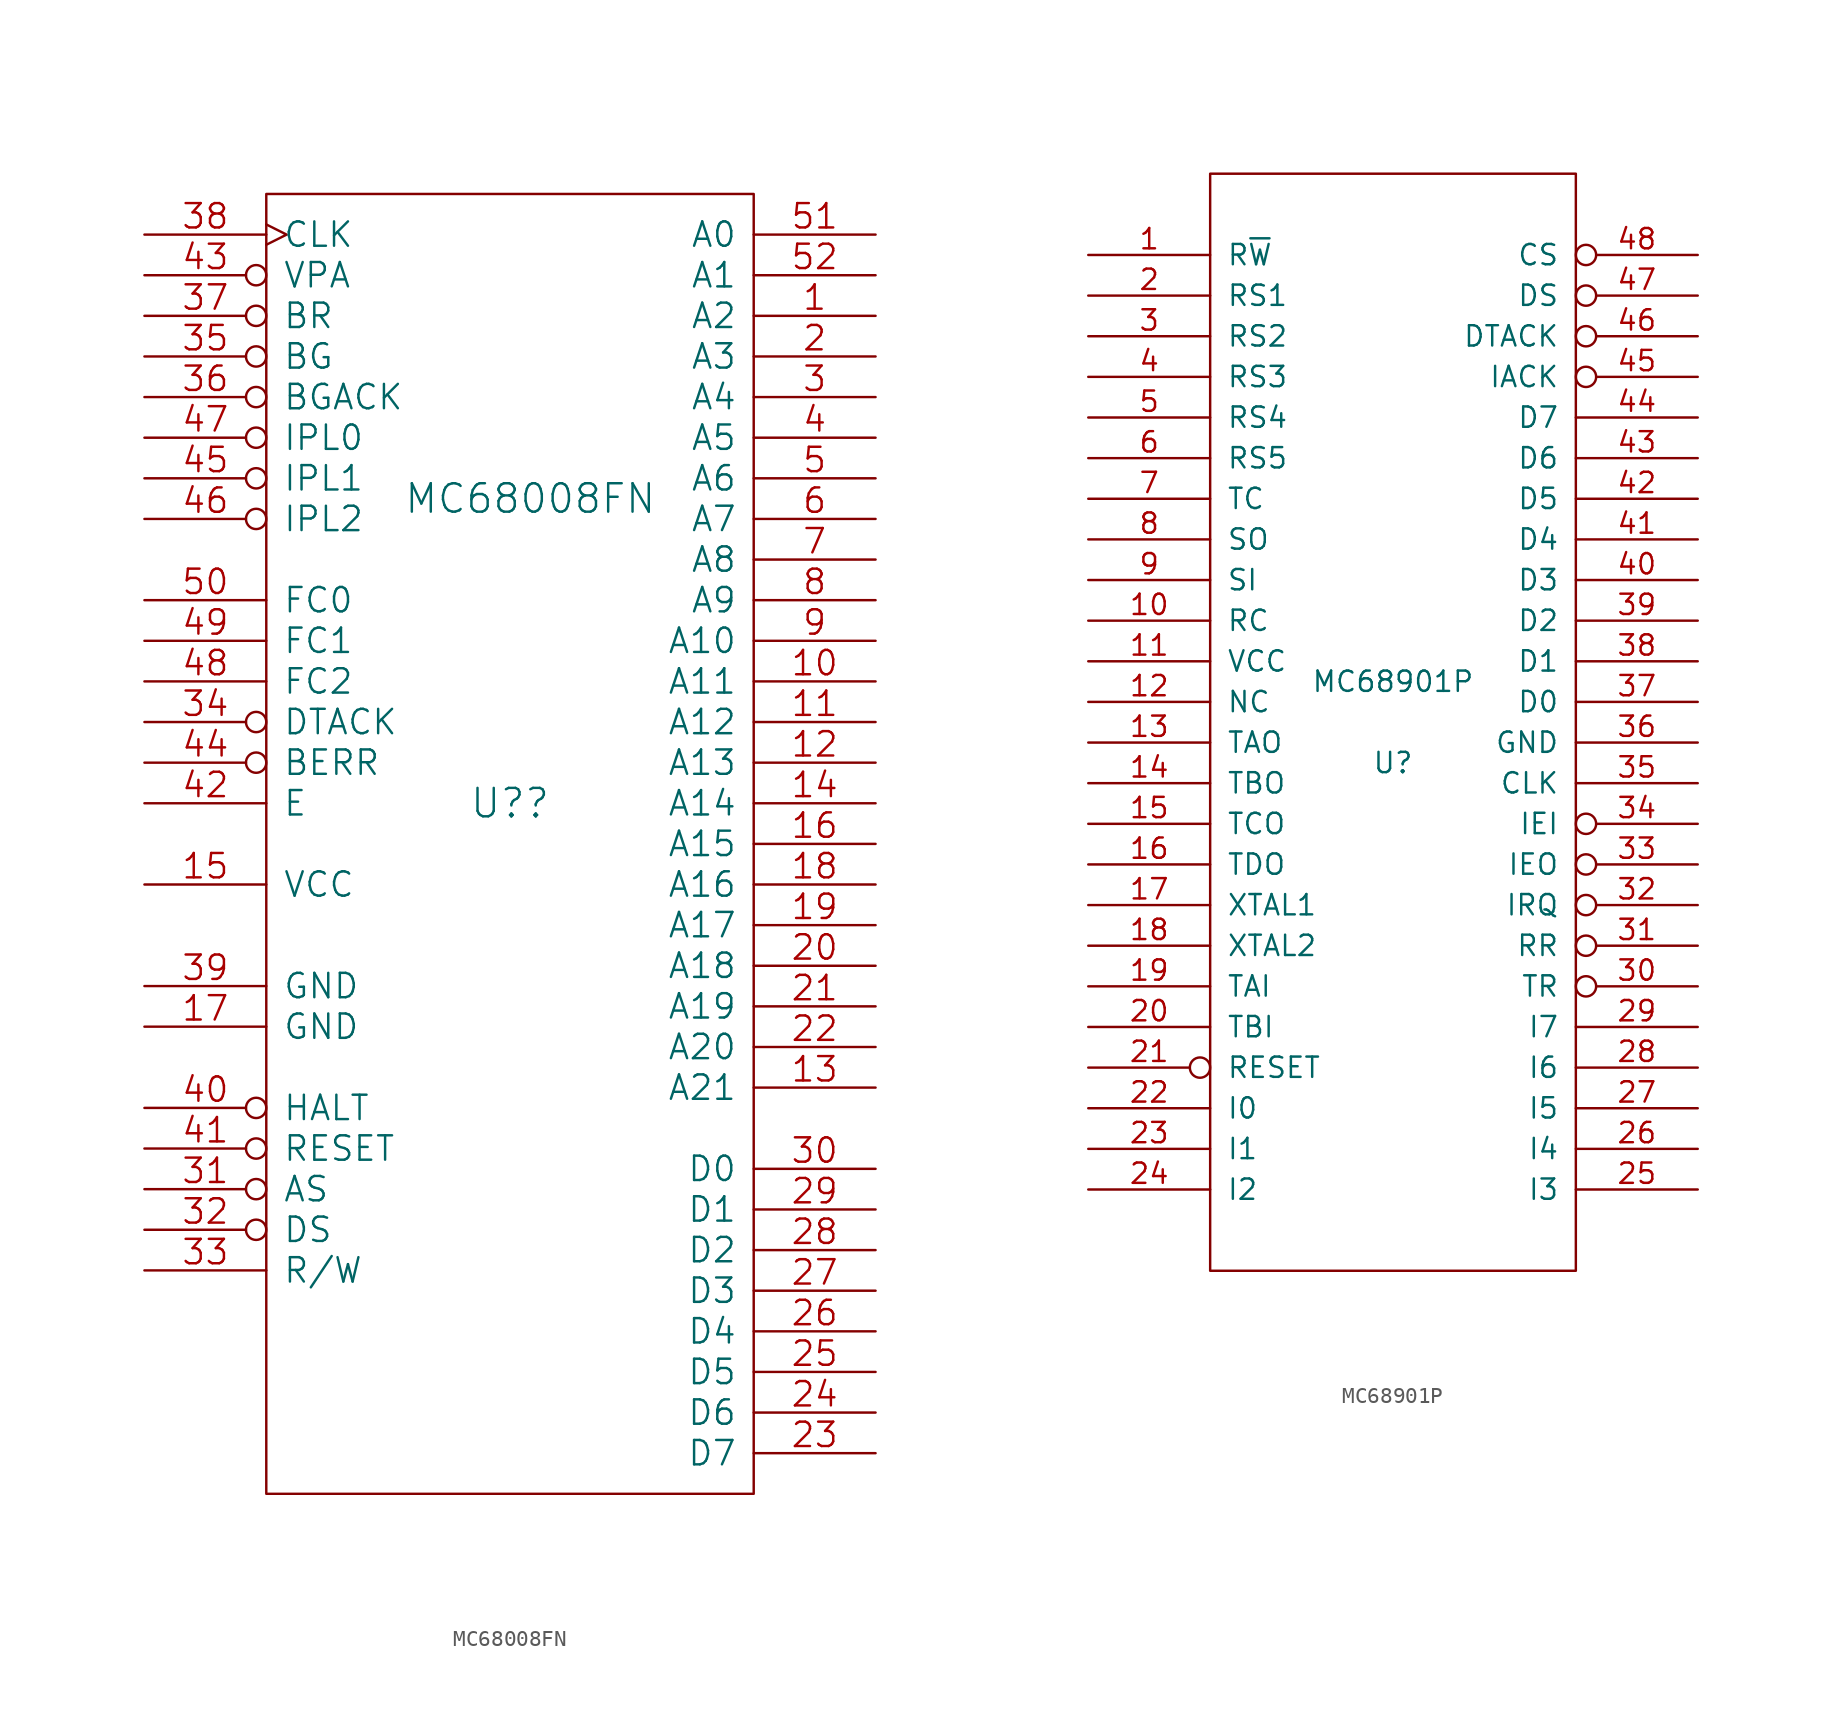
<source format=kicad_sym>
(kicad_symbol_lib
  (version 20220914)
  (generator kicad_symbol_editor)
  (symbol "MC68008FN"
    (pin_names
      (offset 1.016))
    (property "Reference" "U?"
      (at 0 2.54 0)
      (effects (font (size 1.778 1.778))))
    (property "Value" "MC68008FN"
      (at 1.27 21.59 0)
      (effects (font (size 1.778 1.778))))
    (symbol "MC68008FN_0_1"
      (rectangle (start -15.24 -40.64) (end 15.24 40.64) (stroke (width 0) (type solid)) (fill (type none))))
    (symbol "MC68008FN_1_1"
      (pin tri_state line (at 22.86 33.02 180) (length 7.62) (name "A2" (effects (font (size 1.524 1.524)))) (number "1" (effects (font (size 1.524 1.524)))))
      (pin tri_state line (at 22.86 10.16 180) (length 7.62) (name "A11" (effects (font (size 1.524 1.524)))) (number "10" (effects (font (size 1.524 1.524)))))
      (pin tri_state line (at 22.86 7.62 180) (length 7.62) (name "A12" (effects (font (size 1.524 1.524)))) (number "11" (effects (font (size 1.524 1.524)))))
      (pin tri_state line (at 22.86 5.08 180) (length 7.62) (name "A13" (effects (font (size 1.524 1.524)))) (number "12" (effects (font (size 1.524 1.524)))))
      (pin tri_state line (at 22.86 -15.24 180) (length 7.62) (name "A21" (effects (font (size 1.524 1.524)))) (number "13" (effects (font (size 1.524 1.524)))))
      (pin tri_state line (at 22.86 2.54 180) (length 7.62) (name "A14" (effects (font (size 1.524 1.524)))) (number "14" (effects (font (size 1.524 1.524)))))
      (pin power_in line (at -22.86 -2.54 0) (length 7.62) (name "VCC" (effects (font (size 1.524 1.524)))) (number "15" (effects (font (size 1.524 1.524)))))
      (pin tri_state line (at 22.86 0 180) (length 7.62) (name "A15" (effects (font (size 1.524 1.524)))) (number "16" (effects (font (size 1.524 1.524)))))
      (pin power_in line (at -22.86 -11.43 0) (length 7.62) (name "GND" (effects (font (size 1.524 1.524)))) (number "17" (effects (font (size 1.524 1.524)))))
      (pin tri_state line (at 22.86 -2.54 180) (length 7.62) (name "A16" (effects (font (size 1.524 1.524)))) (number "18" (effects (font (size 1.524 1.524)))))
      (pin tri_state line (at 22.86 -5.08 180) (length 7.62) (name "A17" (effects (font (size 1.524 1.524)))) (number "19" (effects (font (size 1.524 1.524)))))
      (pin tri_state line (at 22.86 30.48 180) (length 7.62) (name "A3" (effects (font (size 1.524 1.524)))) (number "2" (effects (font (size 1.524 1.524)))))
      (pin tri_state line (at 22.86 -7.62 180) (length 7.62) (name "A18" (effects (font (size 1.524 1.524)))) (number "20" (effects (font (size 1.524 1.524)))))
      (pin tri_state line (at 22.86 -10.16 180) (length 7.62) (name "A19" (effects (font (size 1.524 1.524)))) (number "21" (effects (font (size 1.524 1.524)))))
      (pin tri_state line (at 22.86 -12.7 180) (length 7.62) (name "A20" (effects (font (size 1.524 1.524)))) (number "22" (effects (font (size 1.524 1.524)))))
      (pin tri_state line (at 22.86 -38.1 180) (length 7.62) (name "D7" (effects (font (size 1.524 1.524)))) (number "23" (effects (font (size 1.524 1.524)))))
      (pin tri_state line (at 22.86 -35.56 180) (length 7.62) (name "D6" (effects (font (size 1.524 1.524)))) (number "24" (effects (font (size 1.524 1.524)))))
      (pin tri_state line (at 22.86 -33.02 180) (length 7.62) (name "D5" (effects (font (size 1.524 1.524)))) (number "25" (effects (font (size 1.524 1.524)))))
      (pin tri_state line (at 22.86 -30.48 180) (length 7.62) (name "D4" (effects (font (size 1.524 1.524)))) (number "26" (effects (font (size 1.524 1.524)))))
      (pin tri_state line (at 22.86 -27.94 180) (length 7.62) (name "D3" (effects (font (size 1.524 1.524)))) (number "27" (effects (font (size 1.524 1.524)))))
      (pin tri_state line (at 22.86 -25.4 180) (length 7.62) (name "D2" (effects (font (size 1.524 1.524)))) (number "28" (effects (font (size 1.524 1.524)))))
      (pin tri_state line (at 22.86 -22.86 180) (length 7.62) (name "D1" (effects (font (size 1.524 1.524)))) (number "29" (effects (font (size 1.524 1.524)))))
      (pin tri_state line (at 22.86 27.94 180) (length 7.62) (name "A4" (effects (font (size 1.524 1.524)))) (number "3" (effects (font (size 1.524 1.524)))))
      (pin tri_state line (at 22.86 -20.32 180) (length 7.62) (name "D0" (effects (font (size 1.524 1.524)))) (number "30" (effects (font (size 1.524 1.524)))))
      (pin tri_state inverted (at -22.86 -21.59 0) (length 7.62) (name "AS" (effects (font (size 1.524 1.524)))) (number "31" (effects (font (size 1.524 1.524)))))
      (pin tri_state inverted (at -22.86 -24.13 0) (length 7.62) (name "DS" (effects (font (size 1.524 1.524)))) (number "32" (effects (font (size 1.524 1.524)))))
      (pin tri_state line (at -22.86 -26.67 0) (length 7.62) (name "R/W" (effects (font (size 1.524 1.524)))) (number "33" (effects (font (size 1.524 1.524)))))
      (pin input inverted (at -22.86 7.62 0) (length 7.62) (name "DTACK" (effects (font (size 1.524 1.524)))) (number "34" (effects (font (size 1.524 1.524)))))
      (pin output inverted (at -22.86 30.48 0) (length 7.62) (name "BG" (effects (font (size 1.524 1.524)))) (number "35" (effects (font (size 1.524 1.524)))))
      (pin input inverted (at -22.86 27.94 0) (length 7.62) (name "BGACK" (effects (font (size 1.524 1.524)))) (number "36" (effects (font (size 1.524 1.524)))))
      (pin input inverted (at -22.86 33.02 0) (length 7.62) (name "BR" (effects (font (size 1.524 1.524)))) (number "37" (effects (font (size 1.524 1.524)))))
      (pin input clock (at -22.86 38.1 0) (length 7.62) (name "CLK" (effects (font (size 1.524 1.524)))) (number "38" (effects (font (size 1.524 1.524)))))
      (pin power_in line (at -22.86 -8.89 0) (length 7.62) (name "GND" (effects (font (size 1.524 1.524)))) (number "39" (effects (font (size 1.524 1.524)))))
      (pin tri_state line (at 22.86 25.4 180) (length 7.62) (name "A5" (effects (font (size 1.524 1.524)))) (number "4" (effects (font (size 1.524 1.524)))))
      (pin bidirectional inverted (at -22.86 -16.51 0) (length 7.62) (name "HALT" (effects (font (size 1.524 1.524)))) (number "40" (effects (font (size 1.524 1.524)))))
      (pin bidirectional inverted (at -22.86 -19.05 0) (length 7.62) (name "RESET" (effects (font (size 1.524 1.524)))) (number "41" (effects (font (size 1.524 1.524)))))
      (pin output line (at -22.86 2.54 0) (length 7.62) (name "E" (effects (font (size 1.524 1.524)))) (number "42" (effects (font (size 1.524 1.524)))))
      (pin input inverted (at -22.86 35.56 0) (length 7.62) (name "VPA" (effects (font (size 1.524 1.524)))) (number "43" (effects (font (size 1.524 1.524)))))
      (pin input inverted (at -22.86 5.08 0) (length 7.62) (name "BERR" (effects (font (size 1.524 1.524)))) (number "44" (effects (font (size 1.524 1.524)))))
      (pin input inverted (at -22.86 22.86 0) (length 7.62) (name "IPL1" (effects (font (size 1.524 1.524)))) (number "45" (effects (font (size 1.524 1.524)))))
      (pin input inverted (at -22.86 20.32 0) (length 7.62) (name "IPL2" (effects (font (size 1.524 1.524)))) (number "46" (effects (font (size 1.524 1.524)))))
      (pin input inverted (at -22.86 25.4 0) (length 7.62) (name "IPL0" (effects (font (size 1.524 1.524)))) (number "47" (effects (font (size 1.524 1.524)))))
      (pin output line (at -22.86 10.16 0) (length 7.62) (name "FC2" (effects (font (size 1.524 1.524)))) (number "48" (effects (font (size 1.524 1.524)))))
      (pin output line (at -22.86 12.7 0) (length 7.62) (name "FC1" (effects (font (size 1.524 1.524)))) (number "49" (effects (font (size 1.524 1.524)))))
      (pin tri_state line (at 22.86 22.86 180) (length 7.62) (name "A6" (effects (font (size 1.524 1.524)))) (number "5" (effects (font (size 1.524 1.524)))))
      (pin output line (at -22.86 15.24 0) (length 7.62) (name "FC0" (effects (font (size 1.524 1.524)))) (number "50" (effects (font (size 1.524 1.524)))))
      (pin tri_state line (at 22.86 38.1 180) (length 7.62) (name "A0" (effects (font (size 1.524 1.524)))) (number "51" (effects (font (size 1.524 1.524)))))
      (pin tri_state line (at 22.86 35.56 180) (length 7.62) (name "A1" (effects (font (size 1.524 1.524)))) (number "52" (effects (font (size 1.524 1.524)))))
      (pin tri_state line (at 22.86 20.32 180) (length 7.62) (name "A7" (effects (font (size 1.524 1.524)))) (number "6" (effects (font (size 1.524 1.524)))))
      (pin tri_state line (at 22.86 17.78 180) (length 7.62) (name "A8" (effects (font (size 1.524 1.524)))) (number "7" (effects (font (size 1.524 1.524)))))
      (pin tri_state line (at 22.86 15.24 180) (length 7.62) (name "A9" (effects (font (size 1.524 1.524)))) (number "8" (effects (font (size 1.524 1.524)))))
      (pin tri_state line (at 22.86 12.7 180) (length 7.62) (name "A10" (effects (font (size 1.524 1.524)))) (number "9" (effects (font (size 1.524 1.524)))))))
  (symbol "MC68901P"
    (pin_names
      (offset 1.016))
    (property "Reference" "U"
      (at 0 -2.54 0)
      (effects (font (size 1.27 1.27))))
    (property "Value" "MC68901P"
      (at 0 2.54 0)
      (effects (font (size 1.27 1.27))))
    (symbol "MC68901P_1_0"
      (rectangle (start -11.43 -34.29) (end 11.43 34.29) (stroke (width 0) (type solid)) (fill (type none))))
    (symbol "MC68901P_1_1"
      (pin input line (at -19.05 29.21 0) (length 7.62) (name "R~{W}" (effects (font (size 1.27 1.27)))) (number "1" (effects (font (size 1.27 1.27)))))
      (pin input line (at -19.05 6.35 0) (length 7.62) (name "RC" (effects (font (size 1.27 1.27)))) (number "10" (effects (font (size 1.27 1.27)))))
      (pin input line (at -19.05 3.81 0) (length 7.62) (name "VCC" (effects (font (size 1.27 1.27)))) (number "11" (effects (font (size 1.27 1.27)))))
      (pin power_in line (at -19.05 1.27 0) (length 7.62) (name "NC" (effects (font (size 1.27 1.27)))) (number "12" (effects (font (size 1.27 1.27)))))
      (pin output line (at -19.05 -1.27 0) (length 7.62) (name "TAO" (effects (font (size 1.27 1.27)))) (number "13" (effects (font (size 1.27 1.27)))))
      (pin output line (at -19.05 -3.81 0) (length 7.62) (name "TBO" (effects (font (size 1.27 1.27)))) (number "14" (effects (font (size 1.27 1.27)))))
      (pin output line (at -19.05 -6.35 0) (length 7.62) (name "TCO" (effects (font (size 1.27 1.27)))) (number "15" (effects (font (size 1.27 1.27)))))
      (pin output line (at -19.05 -8.89 0) (length 7.62) (name "TDO" (effects (font (size 1.27 1.27)))) (number "16" (effects (font (size 1.27 1.27)))))
      (pin input line (at -19.05 -11.43 0) (length 7.62) (name "XTAL1" (effects (font (size 1.27 1.27)))) (number "17" (effects (font (size 1.27 1.27)))))
      (pin input line (at -19.05 -13.97 0) (length 7.62) (name "XTAL2" (effects (font (size 1.27 1.27)))) (number "18" (effects (font (size 1.27 1.27)))))
      (pin input line (at -19.05 -16.51 0) (length 7.62) (name "TAI" (effects (font (size 1.27 1.27)))) (number "19" (effects (font (size 1.27 1.27)))))
      (pin input line (at -19.05 26.67 0) (length 7.62) (name "RS1" (effects (font (size 1.27 1.27)))) (number "2" (effects (font (size 1.27 1.27)))))
      (pin input line (at -19.05 -19.05 0) (length 7.62) (name "TBI" (effects (font (size 1.27 1.27)))) (number "20" (effects (font (size 1.27 1.27)))))
      (pin input inverted (at -19.05 -21.59 0) (length 7.62) (name "RESET" (effects (font (size 1.27 1.27)))) (number "21" (effects (font (size 1.27 1.27)))))
      (pin bidirectional line (at -19.05 -24.13 0) (length 7.62) (name "I0" (effects (font (size 1.27 1.27)))) (number "22" (effects (font (size 1.27 1.27)))))
      (pin bidirectional line (at -19.05 -26.67 0) (length 7.62) (name "I1" (effects (font (size 1.27 1.27)))) (number "23" (effects (font (size 1.27 1.27)))))
      (pin bidirectional line (at -19.05 -29.21 0) (length 7.62) (name "I2" (effects (font (size 1.27 1.27)))) (number "24" (effects (font (size 1.27 1.27)))))
      (pin bidirectional line (at 19.05 -29.21 180) (length 7.62) (name "I3" (effects (font (size 1.27 1.27)))) (number "25" (effects (font (size 1.27 1.27)))))
      (pin bidirectional line (at 19.05 -26.67 180) (length 7.62) (name "I4" (effects (font (size 1.27 1.27)))) (number "26" (effects (font (size 1.27 1.27)))))
      (pin bidirectional line (at 19.05 -24.13 180) (length 7.62) (name "I5" (effects (font (size 1.27 1.27)))) (number "27" (effects (font (size 1.27 1.27)))))
      (pin bidirectional line (at 19.05 -21.59 180) (length 7.62) (name "I6" (effects (font (size 1.27 1.27)))) (number "28" (effects (font (size 1.27 1.27)))))
      (pin bidirectional line (at 19.05 -19.05 180) (length 7.62) (name "I7" (effects (font (size 1.27 1.27)))) (number "29" (effects (font (size 1.27 1.27)))))
      (pin input line (at -19.05 24.13 0) (length 7.62) (name "RS2" (effects (font (size 1.27 1.27)))) (number "3" (effects (font (size 1.27 1.27)))))
      (pin output inverted (at 19.05 -16.51 180) (length 7.62) (name "TR" (effects (font (size 1.27 1.27)))) (number "30" (effects (font (size 1.27 1.27)))))
      (pin output inverted (at 19.05 -13.97 180) (length 7.62) (name "RR" (effects (font (size 1.27 1.27)))) (number "31" (effects (font (size 1.27 1.27)))))
      (pin output inverted (at 19.05 -11.43 180) (length 7.62) (name "IRQ" (effects (font (size 1.27 1.27)))) (number "32" (effects (font (size 1.27 1.27)))))
      (pin output inverted (at 19.05 -8.89 180) (length 7.62) (name "IEO" (effects (font (size 1.27 1.27)))) (number "33" (effects (font (size 1.27 1.27)))))
      (pin input inverted (at 19.05 -6.35 180) (length 7.62) (name "IEI" (effects (font (size 1.27 1.27)))) (number "34" (effects (font (size 1.27 1.27)))))
      (pin input line (at 19.05 -3.81 180) (length 7.62) (name "CLK" (effects (font (size 1.27 1.27)))) (number "35" (effects (font (size 1.27 1.27)))))
      (pin power_in line (at 19.05 -1.27 180) (length 7.62) (name "GND" (effects (font (size 1.27 1.27)))) (number "36" (effects (font (size 1.27 1.27)))))
      (pin bidirectional line (at 19.05 1.27 180) (length 7.62) (name "D0" (effects (font (size 1.27 1.27)))) (number "37" (effects (font (size 1.27 1.27)))))
      (pin bidirectional line (at 19.05 3.81 180) (length 7.62) (name "D1" (effects (font (size 1.27 1.27)))) (number "38" (effects (font (size 1.27 1.27)))))
      (pin bidirectional line (at 19.05 6.35 180) (length 7.62) (name "D2" (effects (font (size 1.27 1.27)))) (number "39" (effects (font (size 1.27 1.27)))))
      (pin input line (at -19.05 21.59 0) (length 7.62) (name "RS3" (effects (font (size 1.27 1.27)))) (number "4" (effects (font (size 1.27 1.27)))))
      (pin bidirectional line (at 19.05 8.89 180) (length 7.62) (name "D3" (effects (font (size 1.27 1.27)))) (number "40" (effects (font (size 1.27 1.27)))))
      (pin bidirectional line (at 19.05 11.43 180) (length 7.62) (name "D4" (effects (font (size 1.27 1.27)))) (number "41" (effects (font (size 1.27 1.27)))))
      (pin bidirectional line (at 19.05 13.97 180) (length 7.62) (name "D5" (effects (font (size 1.27 1.27)))) (number "42" (effects (font (size 1.27 1.27)))))
      (pin bidirectional line (at 19.05 16.51 180) (length 7.62) (name "D6" (effects (font (size 1.27 1.27)))) (number "43" (effects (font (size 1.27 1.27)))))
      (pin bidirectional line (at 19.05 19.05 180) (length 7.62) (name "D7" (effects (font (size 1.27 1.27)))) (number "44" (effects (font (size 1.27 1.27)))))
      (pin input inverted (at 19.05 21.59 180) (length 7.62) (name "IACK" (effects (font (size 1.27 1.27)))) (number "45" (effects (font (size 1.27 1.27)))))
      (pin output inverted (at 19.05 24.13 180) (length 7.62) (name "DTACK" (effects (font (size 1.27 1.27)))) (number "46" (effects (font (size 1.27 1.27)))))
      (pin input inverted (at 19.05 26.67 180) (length 7.62) (name "DS" (effects (font (size 1.27 1.27)))) (number "47" (effects (font (size 1.27 1.27)))))
      (pin input inverted (at 19.05 29.21 180) (length 7.62) (name "CS" (effects (font (size 1.27 1.27)))) (number "48" (effects (font (size 1.27 1.27)))))
      (pin input line (at -19.05 19.05 0) (length 7.62) (name "RS4" (effects (font (size 1.27 1.27)))) (number "5" (effects (font (size 1.27 1.27)))))
      (pin input line (at -19.05 16.51 0) (length 7.62) (name "RS5" (effects (font (size 1.27 1.27)))) (number "6" (effects (font (size 1.27 1.27)))))
      (pin input line (at -19.05 13.97 0) (length 7.62) (name "TC" (effects (font (size 1.27 1.27)))) (number "7" (effects (font (size 1.27 1.27)))))
      (pin output line (at -19.05 11.43 0) (length 7.62) (name "SO" (effects (font (size 1.27 1.27)))) (number "8" (effects (font (size 1.27 1.27)))))
      (pin input line (at -19.05 8.89 0) (length 7.62) (name "SI" (effects (font (size 1.27 1.27)))) (number "9" (effects (font (size 1.27 1.27))))))))
</source>
